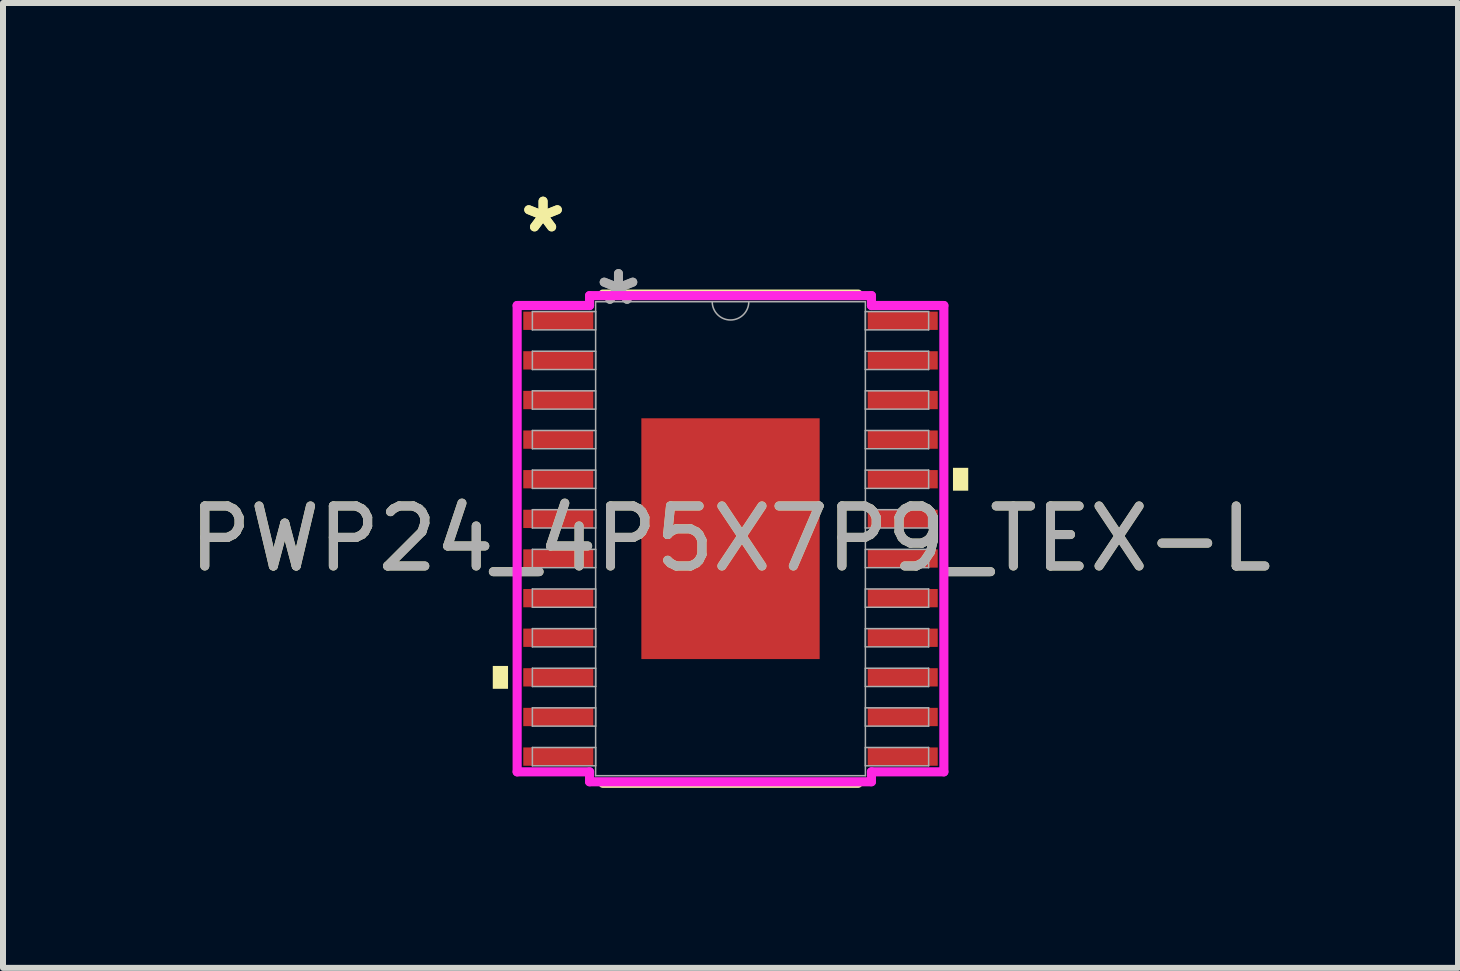
<source format=kicad_pcb>
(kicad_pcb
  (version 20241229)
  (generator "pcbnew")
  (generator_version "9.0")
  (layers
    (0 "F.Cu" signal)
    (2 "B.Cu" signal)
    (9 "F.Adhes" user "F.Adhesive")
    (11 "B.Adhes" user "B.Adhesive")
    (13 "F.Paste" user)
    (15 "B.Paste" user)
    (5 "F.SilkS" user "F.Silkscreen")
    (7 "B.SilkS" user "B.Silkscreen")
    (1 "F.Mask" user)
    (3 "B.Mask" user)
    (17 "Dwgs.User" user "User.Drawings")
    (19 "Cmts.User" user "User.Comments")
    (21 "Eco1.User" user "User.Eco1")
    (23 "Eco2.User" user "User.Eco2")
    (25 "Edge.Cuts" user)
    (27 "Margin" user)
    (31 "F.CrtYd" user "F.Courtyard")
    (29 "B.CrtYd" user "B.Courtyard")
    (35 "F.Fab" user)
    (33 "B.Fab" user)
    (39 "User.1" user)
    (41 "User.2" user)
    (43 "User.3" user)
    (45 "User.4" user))
  (footprint "PWP24_4P5X7P9_TEX-L"
    (layer "F.Cu")
    (at 9.125 5.928)
    (property "Reference" "PWP24_4P5X7P9_TEX-L" (at 0 0 0) (unlocked yes) (layer "F.SilkS") (effects (font (size 1 1) (thickness 0.15))))
    (attr smd)
    (fp_line (start -2.127 4.077) (end 2.127 4.077) (stroke (width 0.152) (type solid)) (layer "F.SilkS"))
    (fp_line (start 2.127 -4.077) (end -2.127 -4.077) (stroke (width 0.152) (type solid)) (layer "F.SilkS"))
    (fp_poly (pts (xy -3.962 2.121) (xy -3.962 2.502) (xy -3.708 2.502) (xy -3.708 2.121)) (stroke (width 0) (type solid)) (fill yes) (layer "F.SilkS"))
    (fp_poly (pts (xy 3.962 -1.181) (xy 3.962 -0.8) (xy 3.708 -0.8) (xy 3.708 -1.181)) (stroke (width 0) (type solid)) (fill yes) (layer "F.SilkS"))
    (fp_poly (pts (xy -1.386 -1.907) (xy -1.386 -0.769) (xy -0.1 -0.769) (xy -0.1 -1.907)) (stroke (width 0) (type solid)) (fill yes) (layer "F.Paste"))
    (fp_poly (pts (xy -1.386 -0.569) (xy -1.386 0.569) (xy -0.1 0.569) (xy -0.1 -0.569)) (stroke (width 0) (type solid)) (fill yes) (layer "F.Paste"))
    (fp_poly (pts (xy -1.386 0.769) (xy -1.386 1.907) (xy -0.1 1.907) (xy -0.1 0.769)) (stroke (width 0) (type solid)) (fill yes) (layer "F.Paste"))
    (fp_poly (pts (xy 0.1 -1.907) (xy 0.1 -0.769) (xy 1.386 -0.769) (xy 1.386 -1.907)) (stroke (width 0) (type solid)) (fill yes) (layer "F.Paste"))
    (fp_poly (pts (xy 0.1 -0.569) (xy 0.1 0.569) (xy 1.386 0.569) (xy 1.386 -0.569)) (stroke (width 0) (type solid)) (fill yes) (layer "F.Paste"))
    (fp_poly (pts (xy 0.1 0.769) (xy 0.1 1.907) (xy 1.386 1.907) (xy 1.386 0.769)) (stroke (width 0) (type solid)) (fill yes) (layer "F.Paste"))
    (fp_line (start -3.556 -3.886) (end -2.349 -3.886) (stroke (width 0.152) (type solid)) (layer "F.CrtYd"))
    (fp_line (start -3.556 3.886) (end -3.556 -3.886) (stroke (width 0.152) (type solid)) (layer "F.CrtYd"))
    (fp_line (start -3.556 3.886) (end -2.349 3.886) (stroke (width 0.152) (type solid)) (layer "F.CrtYd"))
    (fp_line (start -2.349 -4.051) (end 2.349 -4.051) (stroke (width 0.152) (type solid)) (layer "F.CrtYd"))
    (fp_line (start -2.349 -3.886) (end -2.349 -4.051) (stroke (width 0.152) (type solid)) (layer "F.CrtYd"))
    (fp_line (start -2.349 4.051) (end -2.349 3.886) (stroke (width 0.152) (type solid)) (layer "F.CrtYd"))
    (fp_line (start 2.349 -4.051) (end 2.349 -3.886) (stroke (width 0.152) (type solid)) (layer "F.CrtYd"))
    (fp_line (start 2.349 3.886) (end 2.349 4.051) (stroke (width 0.152) (type solid)) (layer "F.CrtYd"))
    (fp_line (start 2.349 4.051) (end -2.349 4.051) (stroke (width 0.152) (type solid)) (layer "F.CrtYd"))
    (fp_line (start 3.556 -3.886) (end 2.349 -3.886) (stroke (width 0.152) (type solid)) (layer "F.CrtYd"))
    (fp_line (start 3.556 -3.886) (end 3.556 3.886) (stroke (width 0.152) (type solid)) (layer "F.CrtYd"))
    (fp_line (start 3.556 3.886) (end 2.349 3.886) (stroke (width 0.152) (type solid)) (layer "F.CrtYd"))
    (fp_line (start -3.302 -3.785) (end -3.302 -3.48) (stroke (width 0.025) (type solid)) (layer "F.Fab"))
    (fp_line (start -3.302 -3.48) (end -2.248 -3.48) (stroke (width 0.025) (type solid)) (layer "F.Fab"))
    (fp_line (start -3.302 -3.124) (end -3.302 -2.819) (stroke (width 0.025) (type solid)) (layer "F.Fab"))
    (fp_line (start -3.302 -2.819) (end -2.248 -2.819) (stroke (width 0.025) (type solid)) (layer "F.Fab"))
    (fp_line (start -3.302 -2.464) (end -3.302 -2.159) (stroke (width 0.025) (type solid)) (layer "F.Fab"))
    (fp_line (start -3.302 -2.159) (end -2.248 -2.159) (stroke (width 0.025) (type solid)) (layer "F.Fab"))
    (fp_line (start -3.302 -1.803) (end -3.302 -1.499) (stroke (width 0.025) (type solid)) (layer "F.Fab"))
    (fp_line (start -3.302 -1.499) (end -2.248 -1.499) (stroke (width 0.025) (type solid)) (layer "F.Fab"))
    (fp_line (start -3.302 -1.143) (end -3.302 -0.838) (stroke (width 0.025) (type solid)) (layer "F.Fab"))
    (fp_line (start -3.302 -0.838) (end -2.248 -0.838) (stroke (width 0.025) (type solid)) (layer "F.Fab"))
    (fp_line (start -3.302 -0.483) (end -3.302 -0.178) (stroke (width 0.025) (type solid)) (layer "F.Fab"))
    (fp_line (start -3.302 -0.178) (end -2.248 -0.178) (stroke (width 0.025) (type solid)) (layer "F.Fab"))
    (fp_line (start -3.302 0.178) (end -3.302 0.483) (stroke (width 0.025) (type solid)) (layer "F.Fab"))
    (fp_line (start -3.302 0.483) (end -2.248 0.483) (stroke (width 0.025) (type solid)) (layer "F.Fab"))
    (fp_line (start -3.302 0.838) (end -3.302 1.143) (stroke (width 0.025) (type solid)) (layer "F.Fab"))
    (fp_line (start -3.302 1.143) (end -2.248 1.143) (stroke (width 0.025) (type solid)) (layer "F.Fab"))
    (fp_line (start -3.302 1.499) (end -3.302 1.803) (stroke (width 0.025) (type solid)) (layer "F.Fab"))
    (fp_line (start -3.302 1.803) (end -2.248 1.803) (stroke (width 0.025) (type solid)) (layer "F.Fab"))
    (fp_line (start -3.302 2.159) (end -3.302 2.464) (stroke (width 0.025) (type solid)) (layer "F.Fab"))
    (fp_line (start -3.302 2.464) (end -2.248 2.464) (stroke (width 0.025) (type solid)) (layer "F.Fab"))
    (fp_line (start -3.302 2.819) (end -3.302 3.124) (stroke (width 0.025) (type solid)) (layer "F.Fab"))
    (fp_line (start -3.302 3.124) (end -2.248 3.124) (stroke (width 0.025) (type solid)) (layer "F.Fab"))
    (fp_line (start -3.302 3.48) (end -3.302 3.785) (stroke (width 0.025) (type solid)) (layer "F.Fab"))
    (fp_line (start -3.302 3.785) (end -2.248 3.785) (stroke (width 0.025) (type solid)) (layer "F.Fab"))
    (fp_line (start -2.248 -3.95) (end -2.248 3.95) (stroke (width 0.025) (type solid)) (layer "F.Fab"))
    (fp_line (start -2.248 -3.785) (end -3.302 -3.785) (stroke (width 0.025) (type solid)) (layer "F.Fab"))
    (fp_line (start -2.248 -3.48) (end -2.248 -3.785) (stroke (width 0.025) (type solid)) (layer "F.Fab"))
    (fp_line (start -2.248 -3.124) (end -3.302 -3.124) (stroke (width 0.025) (type solid)) (layer "F.Fab"))
    (fp_line (start -2.248 -2.819) (end -2.248 -3.124) (stroke (width 0.025) (type solid)) (layer "F.Fab"))
    (fp_line (start -2.248 -2.464) (end -3.302 -2.464) (stroke (width 0.025) (type solid)) (layer "F.Fab"))
    (fp_line (start -2.248 -2.159) (end -2.248 -2.464) (stroke (width 0.025) (type solid)) (layer "F.Fab"))
    (fp_line (start -2.248 -1.803) (end -3.302 -1.803) (stroke (width 0.025) (type solid)) (layer "F.Fab"))
    (fp_line (start -2.248 -1.499) (end -2.248 -1.803) (stroke (width 0.025) (type solid)) (layer "F.Fab"))
    (fp_line (start -2.248 -1.143) (end -3.302 -1.143) (stroke (width 0.025) (type solid)) (layer "F.Fab"))
    (fp_line (start -2.248 -0.838) (end -2.248 -1.143) (stroke (width 0.025) (type solid)) (layer "F.Fab"))
    (fp_line (start -2.248 -0.483) (end -3.302 -0.483) (stroke (width 0.025) (type solid)) (layer "F.Fab"))
    (fp_line (start -2.248 -0.178) (end -2.248 -0.483) (stroke (width 0.025) (type solid)) (layer "F.Fab"))
    (fp_line (start -2.248 0.178) (end -3.302 0.178) (stroke (width 0.025) (type solid)) (layer "F.Fab"))
    (fp_line (start -2.248 0.483) (end -2.248 0.178) (stroke (width 0.025) (type solid)) (layer "F.Fab"))
    (fp_line (start -2.248 0.838) (end -3.302 0.838) (stroke (width 0.025) (type solid)) (layer "F.Fab"))
    (fp_line (start -2.248 1.143) (end -2.248 0.838) (stroke (width 0.025) (type solid)) (layer "F.Fab"))
    (fp_line (start -2.248 1.499) (end -3.302 1.499) (stroke (width 0.025) (type solid)) (layer "F.Fab"))
    (fp_line (start -2.248 1.803) (end -2.248 1.499) (stroke (width 0.025) (type solid)) (layer "F.Fab"))
    (fp_line (start -2.248 2.159) (end -3.302 2.159) (stroke (width 0.025) (type solid)) (layer "F.Fab"))
    (fp_line (start -2.248 2.464) (end -2.248 2.159) (stroke (width 0.025) (type solid)) (layer "F.Fab"))
    (fp_line (start -2.248 2.819) (end -3.302 2.819) (stroke (width 0.025) (type solid)) (layer "F.Fab"))
    (fp_line (start -2.248 3.124) (end -2.248 2.819) (stroke (width 0.025) (type solid)) (layer "F.Fab"))
    (fp_line (start -2.248 3.48) (end -3.302 3.48) (stroke (width 0.025) (type solid)) (layer "F.Fab"))
    (fp_line (start -2.248 3.785) (end -2.248 3.48) (stroke (width 0.025) (type solid)) (layer "F.Fab"))
    (fp_line (start -2.248 3.95) (end 2.248 3.95) (stroke (width 0.025) (type solid)) (layer "F.Fab"))
    (fp_line (start 2.248 -3.95) (end -2.248 -3.95) (stroke (width 0.025) (type solid)) (layer "F.Fab"))
    (fp_line (start 2.248 -3.785) (end 2.248 -3.48) (stroke (width 0.025) (type solid)) (layer "F.Fab"))
    (fp_line (start 2.248 -3.48) (end 3.302 -3.48) (stroke (width 0.025) (type solid)) (layer "F.Fab"))
    (fp_line (start 2.248 -3.124) (end 2.248 -2.819) (stroke (width 0.025) (type solid)) (layer "F.Fab"))
    (fp_line (start 2.248 -2.819) (end 3.302 -2.819) (stroke (width 0.025) (type solid)) (layer "F.Fab"))
    (fp_line (start 2.248 -2.464) (end 2.248 -2.159) (stroke (width 0.025) (type solid)) (layer "F.Fab"))
    (fp_line (start 2.248 -2.159) (end 3.302 -2.159) (stroke (width 0.025) (type solid)) (layer "F.Fab"))
    (fp_line (start 2.248 -1.803) (end 2.248 -1.499) (stroke (width 0.025) (type solid)) (layer "F.Fab"))
    (fp_line (start 2.248 -1.499) (end 3.302 -1.499) (stroke (width 0.025) (type solid)) (layer "F.Fab"))
    (fp_line (start 2.248 -1.143) (end 2.248 -0.838) (stroke (width 0.025) (type solid)) (layer "F.Fab"))
    (fp_line (start 2.248 -0.838) (end 3.302 -0.838) (stroke (width 0.025) (type solid)) (layer "F.Fab"))
    (fp_line (start 2.248 -0.483) (end 2.248 -0.178) (stroke (width 0.025) (type solid)) (layer "F.Fab"))
    (fp_line (start 2.248 -0.178) (end 3.302 -0.178) (stroke (width 0.025) (type solid)) (layer "F.Fab"))
    (fp_line (start 2.248 0.178) (end 2.248 0.483) (stroke (width 0.025) (type solid)) (layer "F.Fab"))
    (fp_line (start 2.248 0.483) (end 3.302 0.483) (stroke (width 0.025) (type solid)) (layer "F.Fab"))
    (fp_line (start 2.248 0.838) (end 2.248 1.143) (stroke (width 0.025) (type solid)) (layer "F.Fab"))
    (fp_line (start 2.248 1.143) (end 3.302 1.143) (stroke (width 0.025) (type solid)) (layer "F.Fab"))
    (fp_line (start 2.248 1.499) (end 2.248 1.803) (stroke (width 0.025) (type solid)) (layer "F.Fab"))
    (fp_line (start 2.248 1.803) (end 3.302 1.803) (stroke (width 0.025) (type solid)) (layer "F.Fab"))
    (fp_line (start 2.248 2.159) (end 2.248 2.464) (stroke (width 0.025) (type solid)) (layer "F.Fab"))
    (fp_line (start 2.248 2.464) (end 3.302 2.464) (stroke (width 0.025) (type solid)) (layer "F.Fab"))
    (fp_line (start 2.248 2.819) (end 2.248 3.124) (stroke (width 0.025) (type solid)) (layer "F.Fab"))
    (fp_line (start 2.248 3.124) (end 3.302 3.124) (stroke (width 0.025) (type solid)) (layer "F.Fab"))
    (fp_line (start 2.248 3.48) (end 2.248 3.785) (stroke (width 0.025) (type solid)) (layer "F.Fab"))
    (fp_line (start 2.248 3.785) (end 3.302 3.785) (stroke (width 0.025) (type solid)) (layer "F.Fab"))
    (fp_line (start 2.248 3.95) (end 2.248 -3.95) (stroke (width 0.025) (type solid)) (layer "F.Fab"))
    (fp_line (start 3.302 -3.785) (end 2.248 -3.785) (stroke (width 0.025) (type solid)) (layer "F.Fab"))
    (fp_line (start 3.302 -3.48) (end 3.302 -3.785) (stroke (width 0.025) (type solid)) (layer "F.Fab"))
    (fp_line (start 3.302 -3.124) (end 2.248 -3.124) (stroke (width 0.025) (type solid)) (layer "F.Fab"))
    (fp_line (start 3.302 -2.819) (end 3.302 -3.124) (stroke (width 0.025) (type solid)) (layer "F.Fab"))
    (fp_line (start 3.302 -2.464) (end 2.248 -2.464) (stroke (width 0.025) (type solid)) (layer "F.Fab"))
    (fp_line (start 3.302 -2.159) (end 3.302 -2.464) (stroke (width 0.025) (type solid)) (layer "F.Fab"))
    (fp_line (start 3.302 -1.803) (end 2.248 -1.803) (stroke (width 0.025) (type solid)) (layer "F.Fab"))
    (fp_line (start 3.302 -1.499) (end 3.302 -1.803) (stroke (width 0.025) (type solid)) (layer "F.Fab"))
    (fp_line (start 3.302 -1.143) (end 2.248 -1.143) (stroke (width 0.025) (type solid)) (layer "F.Fab"))
    (fp_line (start 3.302 -0.838) (end 3.302 -1.143) (stroke (width 0.025) (type solid)) (layer "F.Fab"))
    (fp_line (start 3.302 -0.483) (end 2.248 -0.483) (stroke (width 0.025) (type solid)) (layer "F.Fab"))
    (fp_line (start 3.302 -0.178) (end 3.302 -0.483) (stroke (width 0.025) (type solid)) (layer "F.Fab"))
    (fp_line (start 3.302 0.178) (end 2.248 0.178) (stroke (width 0.025) (type solid)) (layer "F.Fab"))
    (fp_line (start 3.302 0.483) (end 3.302 0.178) (stroke (width 0.025) (type solid)) (layer "F.Fab"))
    (fp_line (start 3.302 0.838) (end 2.248 0.838) (stroke (width 0.025) (type solid)) (layer "F.Fab"))
    (fp_line (start 3.302 1.143) (end 3.302 0.838) (stroke (width 0.025) (type solid)) (layer "F.Fab"))
    (fp_line (start 3.302 1.499) (end 2.248 1.499) (stroke (width 0.025) (type solid)) (layer "F.Fab"))
    (fp_line (start 3.302 1.803) (end 3.302 1.499) (stroke (width 0.025) (type solid)) (layer "F.Fab"))
    (fp_line (start 3.302 2.159) (end 2.248 2.159) (stroke (width 0.025) (type solid)) (layer "F.Fab"))
    (fp_line (start 3.302 2.464) (end 3.302 2.159) (stroke (width 0.025) (type solid)) (layer "F.Fab"))
    (fp_line (start 3.302 2.819) (end 2.248 2.819) (stroke (width 0.025) (type solid)) (layer "F.Fab"))
    (fp_line (start 3.302 3.124) (end 3.302 2.819) (stroke (width 0.025) (type solid)) (layer "F.Fab"))
    (fp_line (start 3.302 3.48) (end 2.248 3.48) (stroke (width 0.025) (type solid)) (layer "F.Fab"))
    (fp_line (start 3.302 3.785) (end 3.302 3.48) (stroke (width 0.025) (type solid)) (layer "F.Fab"))
    (fp_arc (start 0.3048 -3.9497) (mid 0 -3.6449) (end -0.3048 -3.9497) (stroke (width 0.0254) (type solid)) (layer "F.Fab"))
    (fp_text user "*" (at -3.124 -5.08 0) (unlocked yes) (layer "F.SilkS") (effects (font (size 1 1) (thickness 0.15))))
    (fp_text user "*" (at -3.124 -5.08 0) (layer "F.SilkS") (effects (font (size 1 1) (thickness 0.15))))
    (fp_text user "*" (at -1.867 -3.873 0) (layer "F.Fab") (effects (font (size 1 1) (thickness 0.15))))
    (fp_text user "*" (at -1.867 -3.873 0) (unlocked yes) (layer "F.Fab") (effects (font (size 1 1) (thickness 0.15))))
    (fp_text user "${REFERENCE}" (at 0 0 0) (unlocked yes) (layer "F.Fab") (effects (font (size 1 1) (thickness 0.15))))
    (pad "1" smd rect (at -2.87 -3.632) (size 1.168 0.305) (layers "F.Cu" "F.Mask" "F.Paste"))
    (pad "2" smd rect (at -2.87 -2.972) (size 1.168 0.305) (layers "F.Cu" "F.Mask" "F.Paste"))
    (pad "3" smd rect (at -2.87 -2.311) (size 1.168 0.305) (layers "F.Cu" "F.Mask" "F.Paste"))
    (pad "4" smd rect (at -2.87 -1.651) (size 1.168 0.305) (layers "F.Cu" "F.Mask" "F.Paste"))
    (pad "5" smd rect (at -2.87 -0.991) (size 1.168 0.305) (layers "F.Cu" "F.Mask" "F.Paste"))
    (pad "6" smd rect (at -2.87 -0.33) (size 1.168 0.305) (layers "F.Cu" "F.Mask" "F.Paste"))
    (pad "7" smd rect (at -2.87 0.33) (size 1.168 0.305) (layers "F.Cu" "F.Mask" "F.Paste"))
    (pad "8" smd rect (at -2.87 0.991) (size 1.168 0.305) (layers "F.Cu" "F.Mask" "F.Paste"))
    (pad "9" smd rect (at -2.87 1.651) (size 1.168 0.305) (layers "F.Cu" "F.Mask" "F.Paste"))
    (pad "10" smd rect (at -2.87 2.311) (size 1.168 0.305) (layers "F.Cu" "F.Mask" "F.Paste"))
    (pad "11" smd rect (at -2.87 2.972) (size 1.168 0.305) (layers "F.Cu" "F.Mask" "F.Paste"))
    (pad "12" smd rect (at -2.87 3.632) (size 1.168 0.305) (layers "F.Cu" "F.Mask" "F.Paste"))
    (pad "13" smd rect (at 2.87 3.632) (size 1.168 0.305) (layers "F.Cu" "F.Mask" "F.Paste"))
    (pad "14" smd rect (at 2.87 2.972) (size 1.168 0.305) (layers "F.Cu" "F.Mask" "F.Paste"))
    (pad "15" smd rect (at 2.87 2.311) (size 1.168 0.305) (layers "F.Cu" "F.Mask" "F.Paste"))
    (pad "16" smd rect (at 2.87 1.651) (size 1.168 0.305) (layers "F.Cu" "F.Mask" "F.Paste"))
    (pad "17" smd rect (at 2.87 0.991) (size 1.168 0.305) (layers "F.Cu" "F.Mask" "F.Paste"))
    (pad "18" smd rect (at 2.87 0.33) (size 1.168 0.305) (layers "F.Cu" "F.Mask" "F.Paste"))
    (pad "19" smd rect (at 2.87 -0.33) (size 1.168 0.305) (layers "F.Cu" "F.Mask" "F.Paste"))
    (pad "20" smd rect (at 2.87 -0.991) (size 1.168 0.305) (layers "F.Cu" "F.Mask" "F.Paste"))
    (pad "21" smd rect (at 2.87 -1.651) (size 1.168 0.305) (layers "F.Cu" "F.Mask" "F.Paste"))
    (pad "22" smd rect (at 2.87 -2.311) (size 1.168 0.305) (layers "F.Cu" "F.Mask" "F.Paste"))
    (pad "23" smd rect (at 2.87 -2.972) (size 1.168 0.305) (layers "F.Cu" "F.Mask" "F.Paste"))
    (pad "24" smd rect (at 2.87 -3.632) (size 1.168 0.305) (layers "F.Cu" "F.Mask" "F.Paste"))
    (pad "EPAD" smd rect (at 0 0) (size 2.972 4.013) (layers "F.Cu" "F.Mask")))
  (gr_rect
    (start -3 -3)
    (end 21.25 13.081)
    (stroke (width 0.1) (type default))
    (fill no)
    (layer "Edge.Cuts")))
</source>
